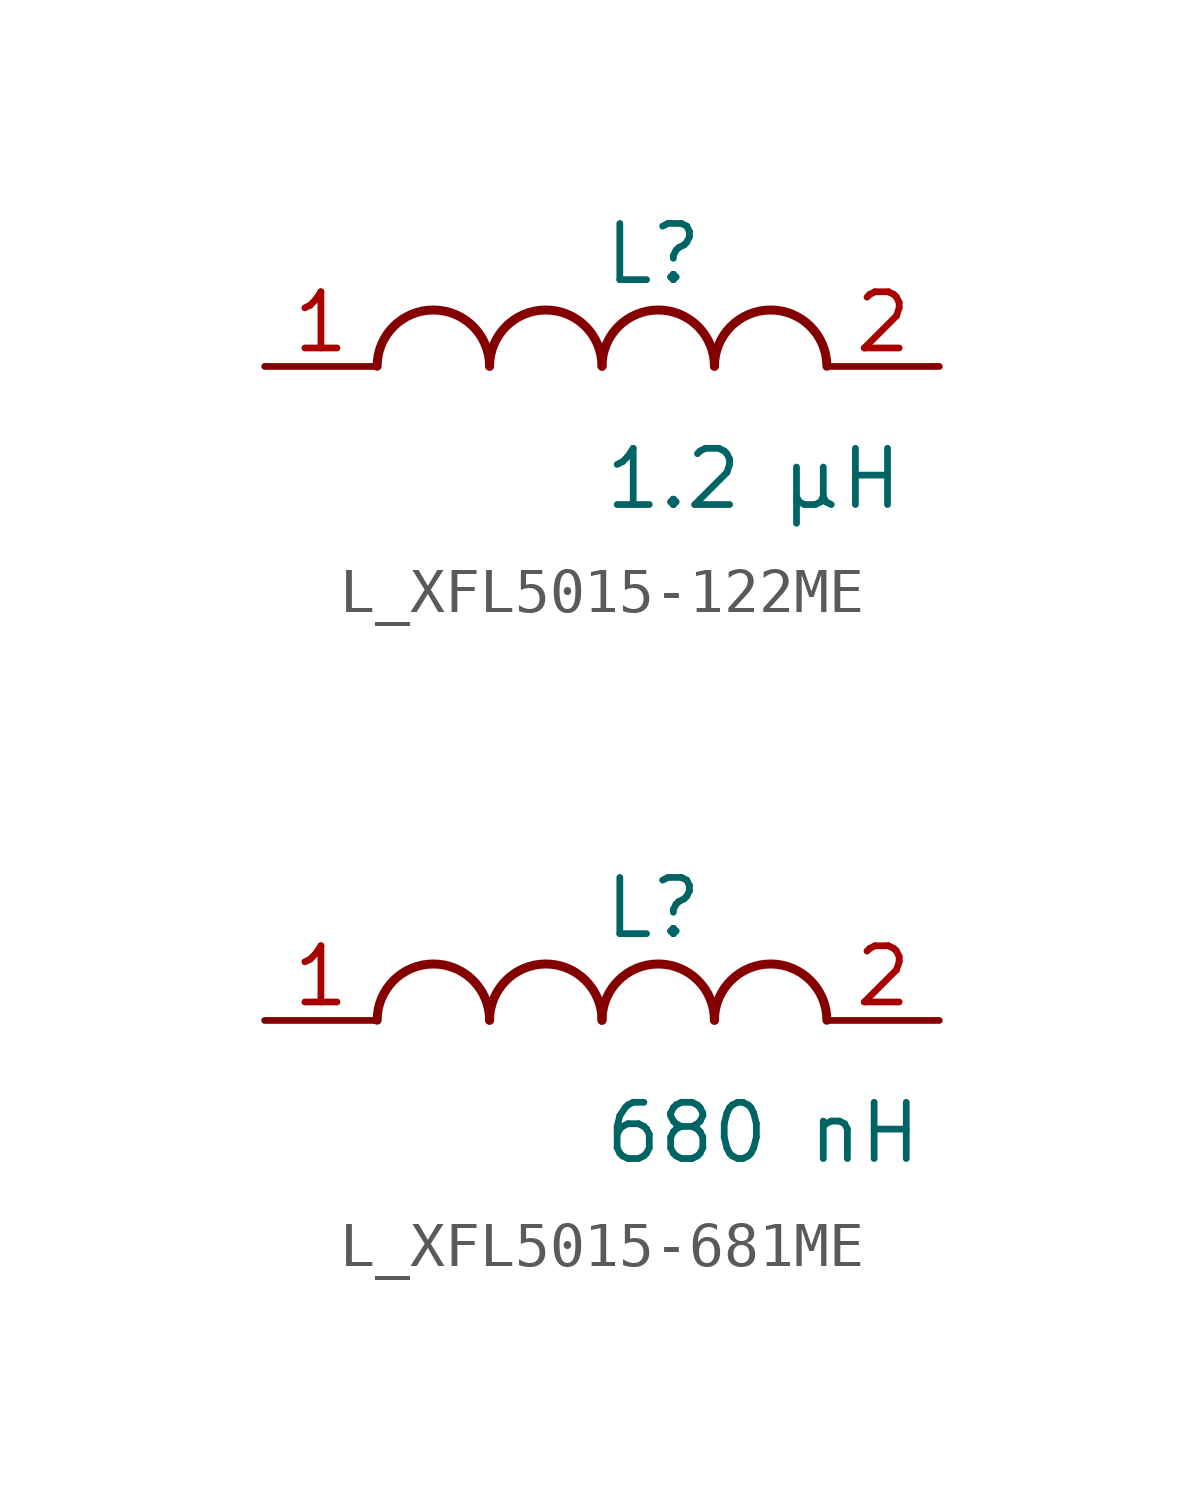
<source format=kicad_sym>
(kicad_symbol_lib
  (version 20231120)
  (generator kicad_symbol_editor)
  (generator_version 8.0)
  (symbol "L_XFL5015-122ME"
    (pin_names
      (offset 0.254))
    (property "Reference" "L"
      (at 0.0 2.54 0)
      (effects (font (size 1.27 1.27)) (justify left)))
    (property "Value" "1.2 µH"
      (at 0.0 -2.54 0)
      (effects (font (size 1.27 1.27)) (justify left)))
    (symbol "L_XFL5015-122ME_1_1"
      (arc (start -2.54 0.0056) (mid -3.81 1.27) (end -5.08 0.0056) (stroke (width 0.2032) (type default)) (fill (type none)))
      (arc (start 0 0.0056) (mid -1.27 1.27) (end -2.54 0.0056) (stroke (width 0.2032) (type default)) (fill (type none)))
      (arc (start 2.54 0.0056) (mid 1.27 1.27) (end 0 0.0056) (stroke (width 0.2032) (type default)) (fill (type none)))
      (arc (start 5.08 0.0056) (mid 3.81 1.27) (end 2.54 0.0056) (stroke (width 0.2032) (type default)) (fill (type none)))
      (pin unspecified line (at -7.62 0 0) (length 2.54) (name "" (effects (font (size 1.27 1.27)))) (number "1" (effects (font (size 1.27 1.27)))))
      (pin unspecified line (at 7.62 0 180) (length 2.54) (name "" (effects (font (size 1.27 1.27)))) (number "2" (effects (font (size 1.27 1.27)))))))
  (symbol "L_XFL5015-681ME"
    (pin_names
      (offset 0.254))
    (property "Reference" "L"
      (at 0.0 2.54 0)
      (effects (font (size 1.27 1.27)) (justify left)))
    (property "Value" "680 nH"
      (at 0.0 -2.54 0)
      (effects (font (size 1.27 1.27)) (justify left)))
    (symbol "L_XFL5015-681ME_1_1"
      (arc (start -2.54 0.0056) (mid -3.81 1.27) (end -5.08 0.0056) (stroke (width 0.2032) (type default)) (fill (type none)))
      (arc (start 0 0.0056) (mid -1.27 1.27) (end -2.54 0.0056) (stroke (width 0.2032) (type default)) (fill (type none)))
      (arc (start 2.54 0.0056) (mid 1.27 1.27) (end 0 0.0056) (stroke (width 0.2032) (type default)) (fill (type none)))
      (arc (start 5.08 0.0056) (mid 3.81 1.27) (end 2.54 0.0056) (stroke (width 0.2032) (type default)) (fill (type none)))
      (pin unspecified line (at -7.62 0 0) (length 2.54) (name "" (effects (font (size 1.27 1.27)))) (number "1" (effects (font (size 1.27 1.27)))))
      (pin unspecified line (at 7.62 0 180) (length 2.54) (name "" (effects (font (size 1.27 1.27)))) (number "2" (effects (font (size 1.27 1.27))))))))
</source>
